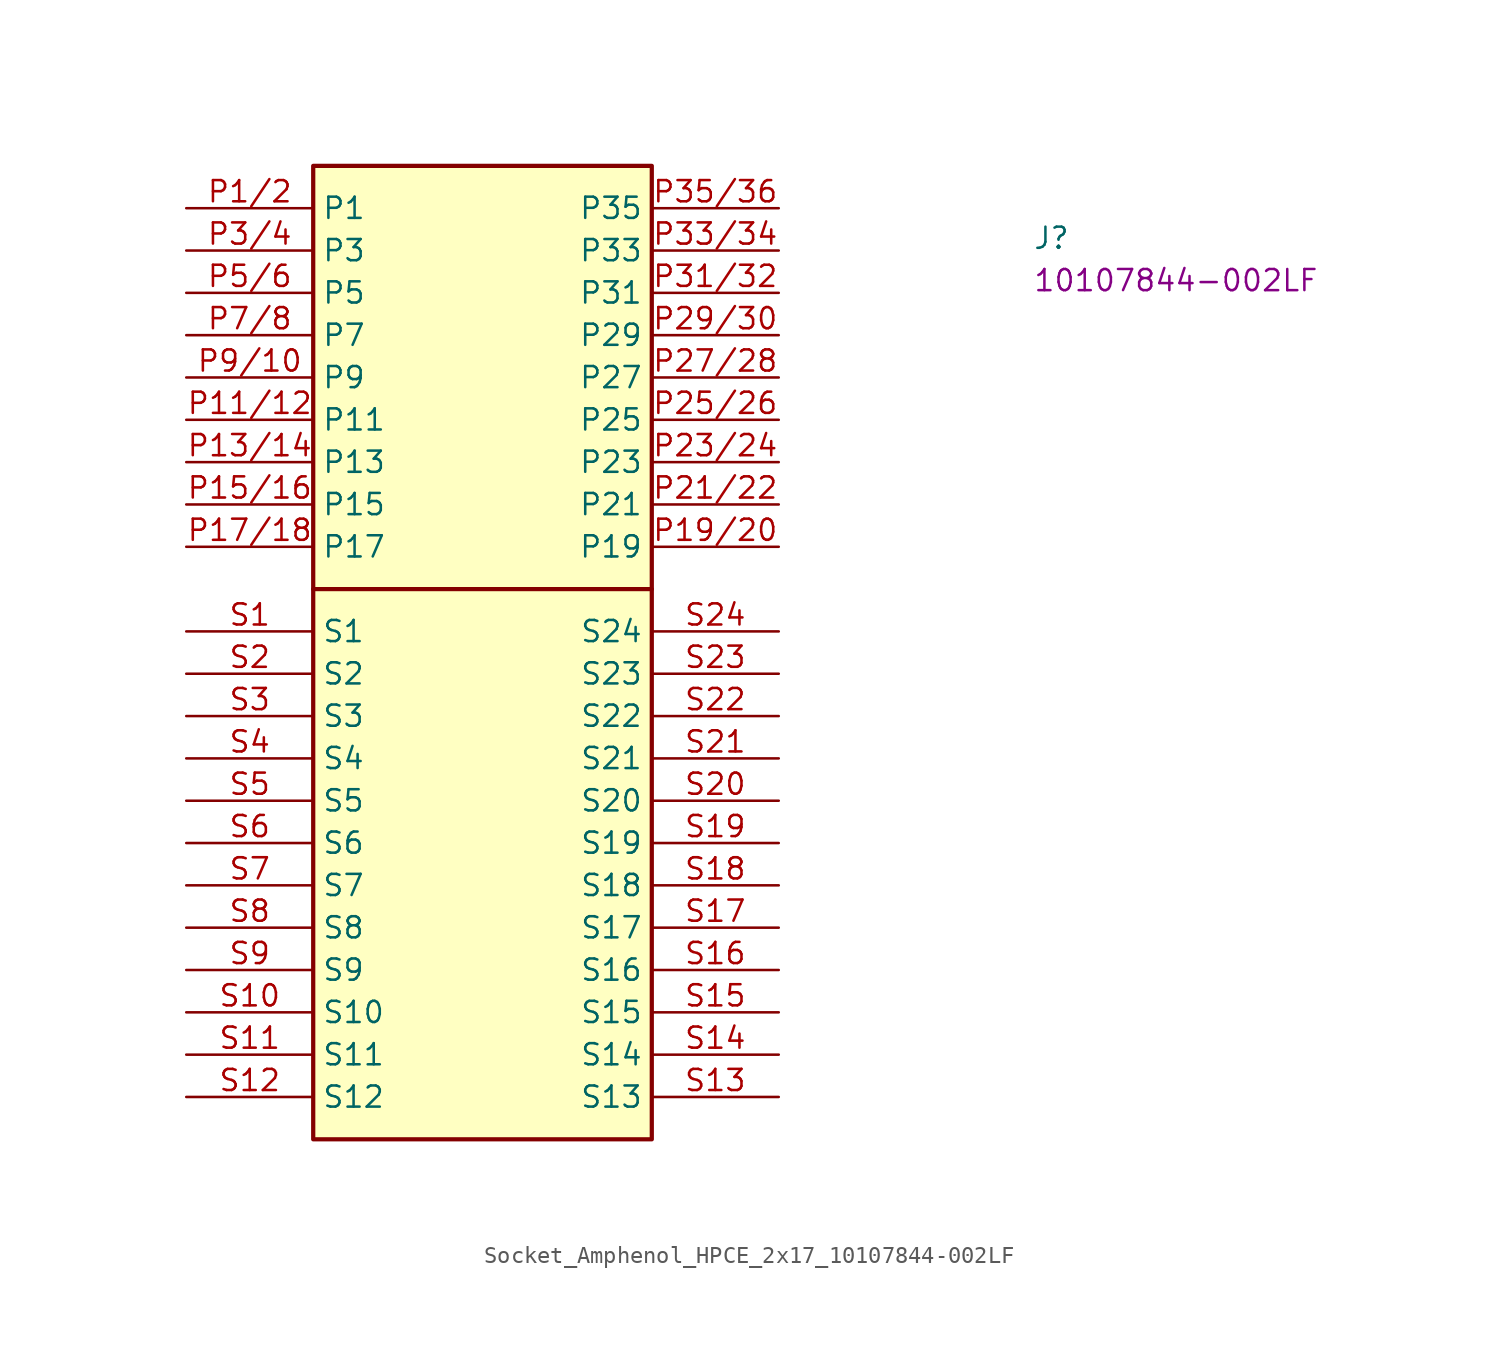
<source format=kicad_sym>
(kicad_symbol_lib
  (version 20220914)
  (generator kicad_symbol_editor)
  (symbol "Socket_Amphenol_HPCE_2x17_10107844-002LF"
    (property "Reference" "J"
      (at 50.8 -2.54 0)
      (effects (font (size 1.27 1.27) (thickness 0.15)) (justify left bottom)))
    (property "MPN" "10107844-002LF"
      (at 50.8 -5.08 0)
      (effects (font (size 1.27 1.27) (thickness 0.15)) (justify left bottom)))
    (symbol "Socket_Amphenol_HPCE_2x17_10107844-002LF_1_1"
      (polyline (pts (xy 7.62 -22.86) (xy 27.94 -22.86)) (stroke (width 0.254) (type default)) (fill (type background)))
      (rectangle (start 7.62 2.54) (end 27.94 -55.88) (stroke (width 0.254) (type default)) (fill (type background)))
      (pin power_in line (at 0 0 0) (length 7.62) (name "P1" (effects (font (size 1.27 1.27)))) (number "P1/2" (effects (font (size 1.27 1.27)))) (alternate "2" passive line))
      (pin power_in line (at 0 -12.7 0) (length 7.62) (name "P11" (effects (font (size 1.27 1.27)))) (number "P11/12" (effects (font (size 1.27 1.27)))) (alternate "12" passive line))
      (pin power_in line (at 0 -15.24 0) (length 7.62) (name "P13" (effects (font (size 1.27 1.27)))) (number "P13/14" (effects (font (size 1.27 1.27)))) (alternate "14" passive line))
      (pin power_in line (at 0 -17.78 0) (length 7.62) (name "P15" (effects (font (size 1.27 1.27)))) (number "P15/16" (effects (font (size 1.27 1.27)))) (alternate "16" passive line))
      (pin power_in line (at 0 -20.32 0) (length 7.62) (name "P17" (effects (font (size 1.27 1.27)))) (number "P17/18" (effects (font (size 1.27 1.27)))) (alternate "18" passive line))
      (pin power_in line (at 35.56 -20.32 180) (length 7.62) (name "P19" (effects (font (size 1.27 1.27)))) (number "P19/20" (effects (font (size 1.27 1.27)))) (alternate "20" passive line))
      (pin power_in line (at 35.56 -17.78 180) (length 7.62) (name "P21" (effects (font (size 1.27 1.27)))) (number "P21/22" (effects (font (size 1.27 1.27)))) (alternate "22" passive line))
      (pin power_in line (at 35.56 -15.24 180) (length 7.62) (name "P23" (effects (font (size 1.27 1.27)))) (number "P23/24" (effects (font (size 1.27 1.27)))) (alternate "24" passive line))
      (pin power_in line (at 35.56 -12.7 180) (length 7.62) (name "P25" (effects (font (size 1.27 1.27)))) (number "P25/26" (effects (font (size 1.27 1.27)))) (alternate "26" passive line))
      (pin power_in line (at 35.56 -10.16 180) (length 7.62) (name "P27" (effects (font (size 1.27 1.27)))) (number "P27/28" (effects (font (size 1.27 1.27)))) (alternate "28" passive line))
      (pin power_in line (at 35.56 -7.62 180) (length 7.62) (name "P29" (effects (font (size 1.27 1.27)))) (number "P29/30" (effects (font (size 1.27 1.27)))) (alternate "30" passive line))
      (pin power_in line (at 0 -2.54 0) (length 7.62) (name "P3" (effects (font (size 1.27 1.27)))) (number "P3/4" (effects (font (size 1.27 1.27)))) (alternate "4" passive line))
      (pin power_in line (at 35.56 -5.08 180) (length 7.62) (name "P31" (effects (font (size 1.27 1.27)))) (number "P31/32" (effects (font (size 1.27 1.27)))) (alternate "32" passive line))
      (pin power_in line (at 35.56 -2.54 180) (length 7.62) (name "P33" (effects (font (size 1.27 1.27)))) (number "P33/34" (effects (font (size 1.27 1.27)))) (alternate "34" passive line))
      (pin power_in line (at 35.56 0 180) (length 7.62) (name "P35" (effects (font (size 1.27 1.27)))) (number "P35/36" (effects (font (size 1.27 1.27)))) (alternate "36" passive line))
      (pin power_in line (at 0 -5.08 0) (length 7.62) (name "P5" (effects (font (size 1.27 1.27)))) (number "P5/6" (effects (font (size 1.27 1.27)))) (alternate "6" passive line))
      (pin power_in line (at 0 -7.62 0) (length 7.62) (name "P7" (effects (font (size 1.27 1.27)))) (number "P7/8" (effects (font (size 1.27 1.27)))) (alternate "8" passive line))
      (pin power_in line (at 0 -10.16 0) (length 7.62) (name "P9" (effects (font (size 1.27 1.27)))) (number "P9/10" (effects (font (size 1.27 1.27)))) (alternate "10" passive line))
      (pin passive line (at 0 -25.4 0) (length 7.62) (name "S1" (effects (font (size 1.27 1.27)))) (number "S1" (effects (font (size 1.27 1.27)))))
      (pin passive line (at 0 -48.26 0) (length 7.62) (name "S10" (effects (font (size 1.27 1.27)))) (number "S10" (effects (font (size 1.27 1.27)))))
      (pin passive line (at 0 -50.8 0) (length 7.62) (name "S11" (effects (font (size 1.27 1.27)))) (number "S11" (effects (font (size 1.27 1.27)))))
      (pin passive line (at 0 -53.34 0) (length 7.62) (name "S12" (effects (font (size 1.27 1.27)))) (number "S12" (effects (font (size 1.27 1.27)))))
      (pin passive line (at 35.56 -53.34 180) (length 7.62) (name "S13" (effects (font (size 1.27 1.27)))) (number "S13" (effects (font (size 1.27 1.27)))))
      (pin passive line (at 35.56 -50.8 180) (length 7.62) (name "S14" (effects (font (size 1.27 1.27)))) (number "S14" (effects (font (size 1.27 1.27)))))
      (pin passive line (at 35.56 -48.26 180) (length 7.62) (name "S15" (effects (font (size 1.27 1.27)))) (number "S15" (effects (font (size 1.27 1.27)))))
      (pin passive line (at 35.56 -45.72 180) (length 7.62) (name "S16" (effects (font (size 1.27 1.27)))) (number "S16" (effects (font (size 1.27 1.27)))))
      (pin passive line (at 35.56 -43.18 180) (length 7.62) (name "S17" (effects (font (size 1.27 1.27)))) (number "S17" (effects (font (size 1.27 1.27)))))
      (pin passive line (at 35.56 -40.64 180) (length 7.62) (name "S18" (effects (font (size 1.27 1.27)))) (number "S18" (effects (font (size 1.27 1.27)))))
      (pin passive line (at 35.56 -38.1 180) (length 7.62) (name "S19" (effects (font (size 1.27 1.27)))) (number "S19" (effects (font (size 1.27 1.27)))))
      (pin passive line (at 0 -27.94 0) (length 7.62) (name "S2" (effects (font (size 1.27 1.27)))) (number "S2" (effects (font (size 1.27 1.27)))))
      (pin passive line (at 35.56 -35.56 180) (length 7.62) (name "S20" (effects (font (size 1.27 1.27)))) (number "S20" (effects (font (size 1.27 1.27)))))
      (pin passive line (at 35.56 -33.02 180) (length 7.62) (name "S21" (effects (font (size 1.27 1.27)))) (number "S21" (effects (font (size 1.27 1.27)))))
      (pin passive line (at 35.56 -30.48 180) (length 7.62) (name "S22" (effects (font (size 1.27 1.27)))) (number "S22" (effects (font (size 1.27 1.27)))))
      (pin passive line (at 35.56 -27.94 180) (length 7.62) (name "S23" (effects (font (size 1.27 1.27)))) (number "S23" (effects (font (size 1.27 1.27)))))
      (pin passive line (at 35.56 -25.4 180) (length 7.62) (name "S24" (effects (font (size 1.27 1.27)))) (number "S24" (effects (font (size 1.27 1.27)))))
      (pin passive line (at 0 -30.48 0) (length 7.62) (name "S3" (effects (font (size 1.27 1.27)))) (number "S3" (effects (font (size 1.27 1.27)))))
      (pin passive line (at 0 -33.02 0) (length 7.62) (name "S4" (effects (font (size 1.27 1.27)))) (number "S4" (effects (font (size 1.27 1.27)))))
      (pin passive line (at 0 -35.56 0) (length 7.62) (name "S5" (effects (font (size 1.27 1.27)))) (number "S5" (effects (font (size 1.27 1.27)))))
      (pin passive line (at 0 -38.1 0) (length 7.62) (name "S6" (effects (font (size 1.27 1.27)))) (number "S6" (effects (font (size 1.27 1.27)))))
      (pin passive line (at 0 -40.64 0) (length 7.62) (name "S7" (effects (font (size 1.27 1.27)))) (number "S7" (effects (font (size 1.27 1.27)))))
      (pin passive line (at 0 -43.18 0) (length 7.62) (name "S8" (effects (font (size 1.27 1.27)))) (number "S8" (effects (font (size 1.27 1.27)))))
      (pin passive line (at 0 -45.72 0) (length 7.62) (name "S9" (effects (font (size 1.27 1.27)))) (number "S9" (effects (font (size 1.27 1.27))))))))
</source>
